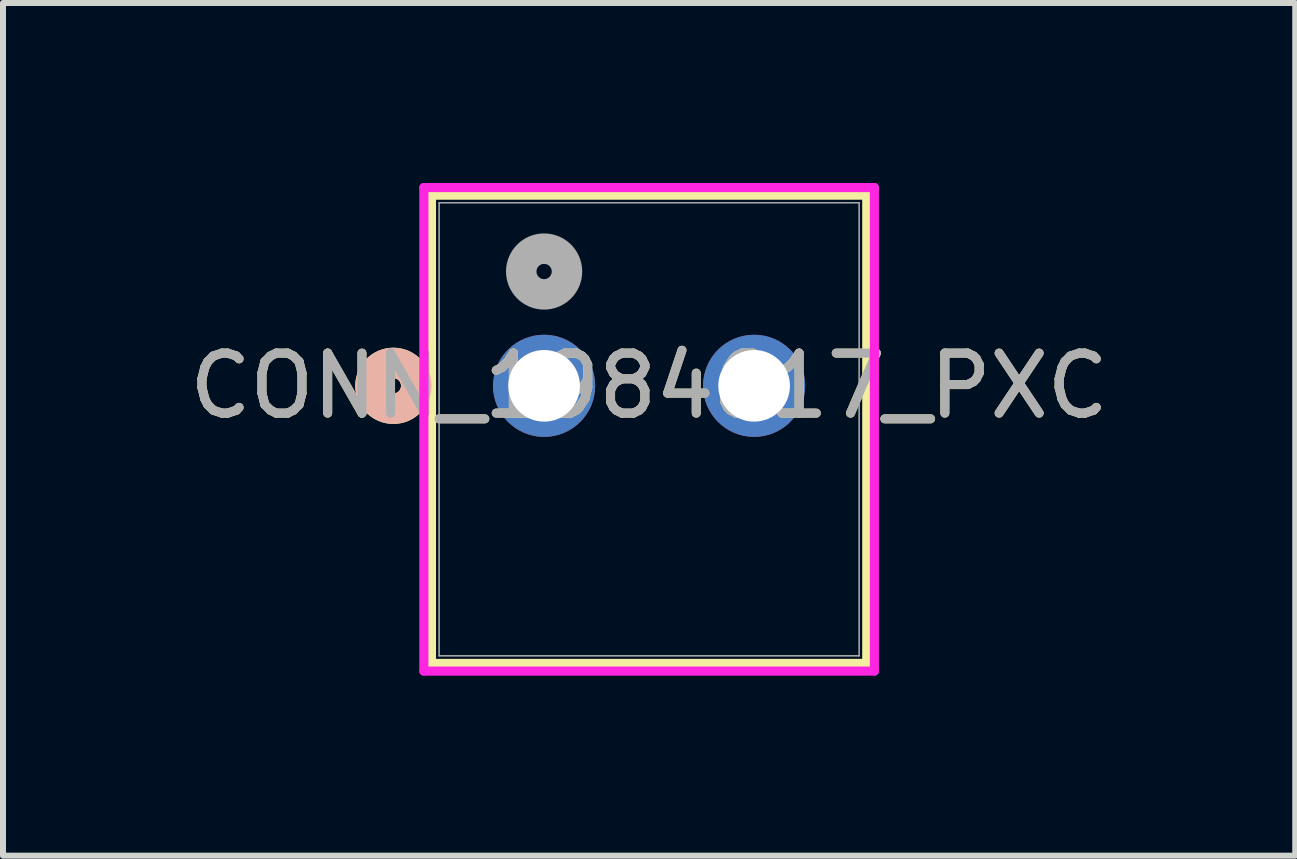
<source format=kicad_pcb>
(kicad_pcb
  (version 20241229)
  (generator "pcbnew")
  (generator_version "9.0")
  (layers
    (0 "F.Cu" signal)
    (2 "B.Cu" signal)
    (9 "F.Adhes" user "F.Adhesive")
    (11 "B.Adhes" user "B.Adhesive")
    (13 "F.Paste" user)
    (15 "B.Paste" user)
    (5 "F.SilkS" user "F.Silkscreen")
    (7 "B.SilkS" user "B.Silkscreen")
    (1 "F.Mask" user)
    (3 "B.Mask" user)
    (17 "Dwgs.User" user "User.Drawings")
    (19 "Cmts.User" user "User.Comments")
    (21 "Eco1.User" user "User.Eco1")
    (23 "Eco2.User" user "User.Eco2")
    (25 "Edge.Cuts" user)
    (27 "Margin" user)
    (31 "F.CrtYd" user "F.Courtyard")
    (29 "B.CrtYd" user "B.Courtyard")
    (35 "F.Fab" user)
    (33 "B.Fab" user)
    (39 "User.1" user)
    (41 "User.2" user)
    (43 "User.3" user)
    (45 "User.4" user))
  (footprint "CONN_1984617_PXC"
    (layer "F.Cu")
    (at 6.018 3.38)
    (property "Reference" "CONN_1984617_PXC" (at 1.75 0 0) (unlocked yes) (layer "F.SilkS") (effects (font (size 1 1) (thickness 0.15))))
    (attr through_hole)
    (fp_line (start -1.877 -3.177) (end -1.877 4.627) (stroke (width 0.152) (type solid)) (layer "F.SilkS"))
    (fp_line (start -1.877 4.627) (end 5.377 4.627) (stroke (width 0.152) (type solid)) (layer "F.SilkS"))
    (fp_line (start 5.377 -3.177) (end -1.877 -3.177) (stroke (width 0.152) (type solid)) (layer "F.SilkS"))
    (fp_line (start 5.377 4.627) (end 5.377 -3.177) (stroke (width 0.152) (type solid)) (layer "F.SilkS"))
    (fp_circle (center -2.512 0) (end -2.131 0) (stroke (width 0.508) (type solid)) (fill no) (layer "F.SilkS"))
    (fp_circle (center -2.512 0) (end -2.131 0) (stroke (width 0.508) (type solid)) (fill no) (layer "B.SilkS"))
    (fp_line (start -2.004 -3.304) (end -2.004 4.754) (stroke (width 0.152) (type solid)) (layer "F.CrtYd"))
    (fp_line (start -2.004 4.754) (end 5.504 4.754) (stroke (width 0.152) (type solid)) (layer "F.CrtYd"))
    (fp_line (start 5.504 -3.304) (end -2.004 -3.304) (stroke (width 0.152) (type solid)) (layer "F.CrtYd"))
    (fp_line (start 5.504 4.754) (end 5.504 -3.304) (stroke (width 0.152) (type solid)) (layer "F.CrtYd"))
    (fp_line (start -1.75 -3.05) (end -1.75 4.5) (stroke (width 0.025) (type solid)) (layer "F.Fab"))
    (fp_line (start -1.75 4.5) (end 5.25 4.5) (stroke (width 0.025) (type solid)) (layer "F.Fab"))
    (fp_line (start 5.25 -3.05) (end -1.75 -3.05) (stroke (width 0.025) (type solid)) (layer "F.Fab"))
    (fp_line (start 5.25 4.5) (end 5.25 -3.05) (stroke (width 0.025) (type solid)) (layer "F.Fab"))
    (fp_circle (center 0 -1.905) (end 0.381 -1.905) (stroke (width 0.508) (type solid)) (fill no) (layer "F.Fab"))
    (fp_text user "${REFERENCE}" (at 1.75 0 0) (unlocked yes) (layer "F.Fab") (effects (font (size 1 1) (thickness 0.15))))
    (pad "1" thru_hole circle (at 0 0) (size 1.702 1.702) (drill 1.194) (layers "*.Cu" "*.Mask"))
    (pad "2" thru_hole circle (at 3.5 0) (size 1.702 1.702) (drill 1.194) (layers "*.Cu" "*.Mask")))
  (gr_rect
    (start -3 -3)
    (end 18.536 11.21)
    (stroke (width 0.1) (type default))
    (fill no)
    (layer "Edge.Cuts")))
</source>
